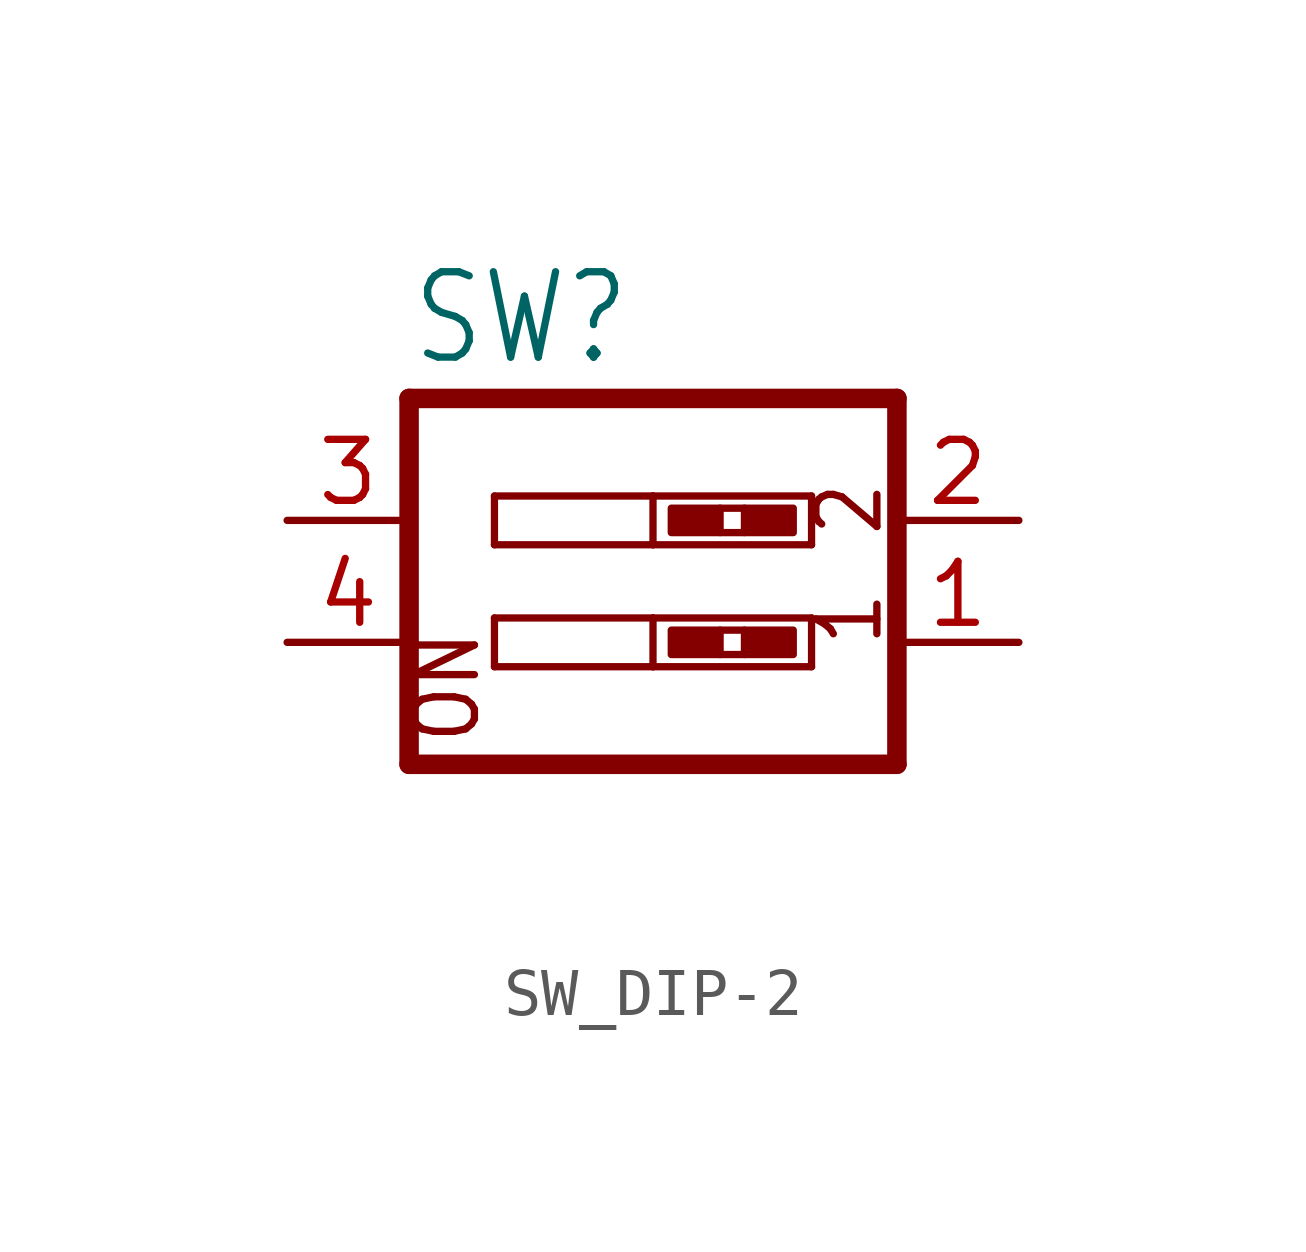
<source format=kicad_sym>
(kicad_symbol_lib
  (version 20231120)
  (generator "kicad_symbol_editor")
  (generator_version "8.0")
  (symbol "SW_DIP-2"
    (property "Reference" "SW"
      (at -5.08 3.175 0)
      (effects (font (size 1.778 1.511)) (justify left bottom)))
    (property "Value" ""
      (at -5.08 -7.62 0)
      (effects (font (size 1.778 1.511)) (justify left bottom)))
    (property "ki_locked" ""
      (at 0 0 0)
      (effects (font (size 1.27 1.27))))
    (symbol "SW_DIP-2_1_0"
      (polyline (pts (xy -5.08 -5.08) (xy -5.08 2.54)) (stroke (width 0.406) (type solid)) (fill (type none)))
      (polyline (pts (xy -5.08 -5.08) (xy 5.08 -5.08)) (stroke (width 0.406) (type solid)) (fill (type none)))
      (polyline (pts (xy -3.302 -3.048) (xy -3.302 -2.032)) (stroke (width 0.152) (type solid)) (fill (type none)))
      (polyline (pts (xy -3.302 -2.032) (xy 0 -2.032)) (stroke (width 0.152) (type solid)) (fill (type none)))
      (polyline (pts (xy -3.302 -0.508) (xy -3.302 0.508)) (stroke (width 0.152) (type solid)) (fill (type none)))
      (polyline (pts (xy -3.302 0.508) (xy 0 0.508)) (stroke (width 0.152) (type solid)) (fill (type none)))
      (polyline (pts (xy 0 -3.048) (xy -3.302 -3.048)) (stroke (width 0.152) (type solid)) (fill (type none)))
      (polyline (pts (xy 0 -2.032) (xy 0 -3.048)) (stroke (width 0.152) (type solid)) (fill (type none)))
      (polyline (pts (xy 0 -2.032) (xy 3.302 -2.032)) (stroke (width 0.152) (type solid)) (fill (type none)))
      (polyline (pts (xy 0 -0.508) (xy -3.302 -0.508)) (stroke (width 0.152) (type solid)) (fill (type none)))
      (polyline (pts (xy 0 0.508) (xy 0 -0.508)) (stroke (width 0.152) (type solid)) (fill (type none)))
      (polyline (pts (xy 0 0.508) (xy 3.302 0.508)) (stroke (width 0.152) (type solid)) (fill (type none)))
      (polyline (pts (xy 1.397 -2.794) (xy 1.905 -2.794)) (stroke (width 0) (type solid)) (fill (type none)))
      (polyline (pts (xy 1.397 -2.286) (xy 1.905 -2.286)) (stroke (width 0) (type solid)) (fill (type none)))
      (polyline (pts (xy 1.397 -0.254) (xy 1.905 -0.254)) (stroke (width 0) (type solid)) (fill (type none)))
      (polyline (pts (xy 1.397 0.254) (xy 1.905 0.254)) (stroke (width 0) (type solid)) (fill (type none)))
      (polyline (pts (xy 3.302 -3.048) (xy 0 -3.048)) (stroke (width 0.152) (type solid)) (fill (type none)))
      (polyline (pts (xy 3.302 -2.032) (xy 3.302 -3.048)) (stroke (width 0.152) (type solid)) (fill (type none)))
      (polyline (pts (xy 3.302 -0.508) (xy 0 -0.508)) (stroke (width 0.152) (type solid)) (fill (type none)))
      (polyline (pts (xy 3.302 0.508) (xy 3.302 -0.508)) (stroke (width 0.152) (type solid)) (fill (type none)))
      (polyline (pts (xy 5.08 2.54) (xy -5.08 2.54)) (stroke (width 0.406) (type solid)) (fill (type none)))
      (polyline (pts (xy 5.08 2.54) (xy 5.08 -5.08)) (stroke (width 0.406) (type solid)) (fill (type none)))
      (rectangle (start 0.381 -2.794) (end 1.397 -2.286) (stroke (width 0) (type default)) (fill (type outline)))
      (rectangle (start 0.381 -0.254) (end 1.397 0.254) (stroke (width 0) (type default)) (fill (type outline)))
      (rectangle (start 1.905 -2.794) (end 2.921 -2.286) (stroke (width 0) (type default)) (fill (type outline)))
      (rectangle (start 1.905 -0.254) (end 2.921 0.254) (stroke (width 0) (type default)) (fill (type outline)))
      (text "1" (at 4.826 -2.667 900) (effects (font (size 1.27 1.079)) (justify left bottom)))
      (text "2" (at 4.826 -0.381 900) (effects (font (size 1.27 1.079)) (justify left bottom)))
      (text "ON" (at -3.556 -4.699 900) (effects (font (size 1.27 1.079)) (justify left bottom)))
      (pin passive line (at 7.62 -2.54 180) (length 2.54) (name "1" (effects (font (size 0 0)))) (number "1" (effects (font (size 1.27 1.27)))))
      (pin passive line (at 7.62 0 180) (length 2.54) (name "2" (effects (font (size 0 0)))) (number "2" (effects (font (size 1.27 1.27)))))
      (pin passive line (at -7.62 0 0) (length 2.54) (name "3" (effects (font (size 0 0)))) (number "3" (effects (font (size 1.27 1.27)))))
      (pin passive line (at -7.62 -2.54 0) (length 2.54) (name "4" (effects (font (size 0 0)))) (number "4" (effects (font (size 1.27 1.27))))))))
</source>
